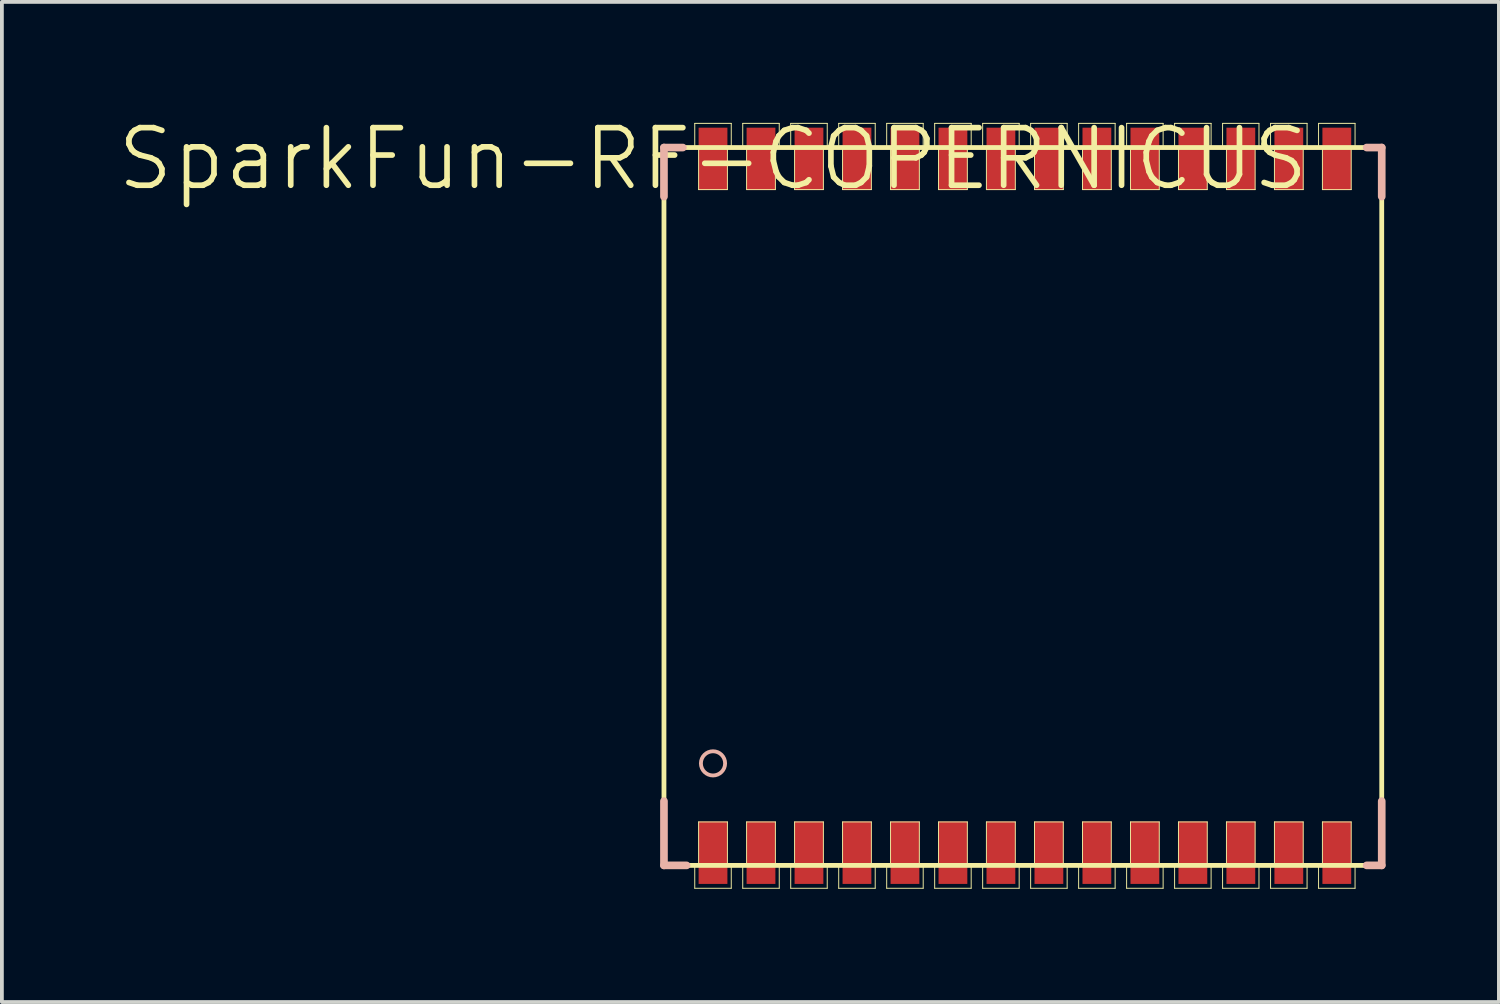
<source format=kicad_pcb>
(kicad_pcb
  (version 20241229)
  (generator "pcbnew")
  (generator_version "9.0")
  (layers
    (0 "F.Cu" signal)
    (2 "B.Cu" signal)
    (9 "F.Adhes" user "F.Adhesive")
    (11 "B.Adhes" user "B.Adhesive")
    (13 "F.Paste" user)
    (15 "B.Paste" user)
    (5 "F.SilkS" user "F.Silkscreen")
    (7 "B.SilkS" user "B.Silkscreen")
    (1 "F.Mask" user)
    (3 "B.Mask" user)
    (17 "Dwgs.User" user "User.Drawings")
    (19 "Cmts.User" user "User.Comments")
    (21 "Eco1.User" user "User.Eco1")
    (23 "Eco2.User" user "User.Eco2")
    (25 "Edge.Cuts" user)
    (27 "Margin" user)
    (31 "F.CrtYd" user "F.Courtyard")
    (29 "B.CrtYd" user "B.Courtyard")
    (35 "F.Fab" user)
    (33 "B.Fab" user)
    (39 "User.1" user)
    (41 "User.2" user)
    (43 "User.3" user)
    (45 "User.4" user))
  (footprint "SparkFun-RF-COPERNICUS"
    (layer "F.Cu")
    (at 15.821 1.155)
    (property "Reference" "SparkFun-RF-COPERNICUS" (at 0 0 0) (layer "F.SilkS") (effects (font (size 1.524 1.524) (thickness 0.15))))
    (attr smd)
    (fp_line (start -1.298 -0.3) (end -1.298 18.699) (stroke (width 0.127) (type solid)) (layer "F.SilkS"))
    (fp_line (start -1.298 -0.3) (end 17.699 -0.3) (stroke (width 0.127) (type solid)) (layer "F.SilkS"))
    (fp_line (start -1.298 18.699) (end 17.699 18.699) (stroke (width 0.127) (type solid)) (layer "F.SilkS"))
    (fp_line (start -0.483 -0.94) (end 0.483 -0.94) (stroke (width 0.025) (type solid)) (layer "F.SilkS"))
    (fp_line (start -0.483 -0.33) (end -0.483 -0.94) (stroke (width 0.025) (type solid)) (layer "F.SilkS"))
    (fp_line (start -0.483 18.694) (end -0.381 18.694) (stroke (width 0.025) (type solid)) (layer "F.SilkS"))
    (fp_line (start -0.483 19.304) (end -0.483 18.694) (stroke (width 0.025) (type solid)) (layer "F.SilkS"))
    (fp_line (start -0.381 -0.33) (end -0.483 -0.33) (stroke (width 0.025) (type solid)) (layer "F.SilkS"))
    (fp_line (start -0.381 0.813) (end -0.381 -0.33) (stroke (width 0.025) (type solid)) (layer "F.SilkS"))
    (fp_line (start -0.381 17.549) (end 0.381 17.549) (stroke (width 0.025) (type solid)) (layer "F.SilkS"))
    (fp_line (start -0.381 18.694) (end -0.381 17.549) (stroke (width 0.025) (type solid)) (layer "F.SilkS"))
    (fp_line (start 0.381 -0.33) (end 0.381 0.813) (stroke (width 0.025) (type solid)) (layer "F.SilkS"))
    (fp_line (start 0.381 0.813) (end -0.381 0.813) (stroke (width 0.025) (type solid)) (layer "F.SilkS"))
    (fp_line (start 0.381 17.549) (end 0.381 18.694) (stroke (width 0.025) (type solid)) (layer "F.SilkS"))
    (fp_line (start 0.381 18.694) (end 0.483 18.694) (stroke (width 0.025) (type solid)) (layer "F.SilkS"))
    (fp_line (start 0.483 -0.94) (end 0.483 -0.33) (stroke (width 0.025) (type solid)) (layer "F.SilkS"))
    (fp_line (start 0.483 -0.33) (end 0.381 -0.33) (stroke (width 0.025) (type solid)) (layer "F.SilkS"))
    (fp_line (start 0.483 18.694) (end 0.483 19.304) (stroke (width 0.025) (type solid)) (layer "F.SilkS"))
    (fp_line (start 0.483 19.304) (end -0.483 19.304) (stroke (width 0.025) (type solid)) (layer "F.SilkS"))
    (fp_line (start 0.787 -0.94) (end 1.753 -0.94) (stroke (width 0.025) (type solid)) (layer "F.SilkS"))
    (fp_line (start 0.787 -0.33) (end 0.787 -0.94) (stroke (width 0.025) (type solid)) (layer "F.SilkS"))
    (fp_line (start 0.787 18.694) (end 0.889 18.694) (stroke (width 0.025) (type solid)) (layer "F.SilkS"))
    (fp_line (start 0.787 19.304) (end 0.787 18.694) (stroke (width 0.025) (type solid)) (layer "F.SilkS"))
    (fp_line (start 0.889 -0.33) (end 0.787 -0.33) (stroke (width 0.025) (type solid)) (layer "F.SilkS"))
    (fp_line (start 0.889 0.813) (end 0.889 -0.33) (stroke (width 0.025) (type solid)) (layer "F.SilkS"))
    (fp_line (start 0.889 17.549) (end 1.651 17.549) (stroke (width 0.025) (type solid)) (layer "F.SilkS"))
    (fp_line (start 0.889 18.694) (end 0.889 17.549) (stroke (width 0.025) (type solid)) (layer "F.SilkS"))
    (fp_line (start 1.651 -0.33) (end 1.651 0.813) (stroke (width 0.025) (type solid)) (layer "F.SilkS"))
    (fp_line (start 1.651 0.813) (end 0.889 0.813) (stroke (width 0.025) (type solid)) (layer "F.SilkS"))
    (fp_line (start 1.651 17.549) (end 1.651 18.694) (stroke (width 0.025) (type solid)) (layer "F.SilkS"))
    (fp_line (start 1.651 18.694) (end 1.753 18.694) (stroke (width 0.025) (type solid)) (layer "F.SilkS"))
    (fp_line (start 1.753 -0.94) (end 1.753 -0.33) (stroke (width 0.025) (type solid)) (layer "F.SilkS"))
    (fp_line (start 1.753 -0.33) (end 1.651 -0.33) (stroke (width 0.025) (type solid)) (layer "F.SilkS"))
    (fp_line (start 1.753 18.694) (end 1.753 19.304) (stroke (width 0.025) (type solid)) (layer "F.SilkS"))
    (fp_line (start 1.753 19.304) (end 0.787 19.304) (stroke (width 0.025) (type solid)) (layer "F.SilkS"))
    (fp_line (start 2.057 -0.94) (end 3.023 -0.94) (stroke (width 0.025) (type solid)) (layer "F.SilkS"))
    (fp_line (start 2.057 -0.33) (end 2.057 -0.94) (stroke (width 0.025) (type solid)) (layer "F.SilkS"))
    (fp_line (start 2.057 18.694) (end 2.159 18.694) (stroke (width 0.025) (type solid)) (layer "F.SilkS"))
    (fp_line (start 2.057 19.304) (end 2.057 18.694) (stroke (width 0.025) (type solid)) (layer "F.SilkS"))
    (fp_line (start 2.159 -0.33) (end 2.057 -0.33) (stroke (width 0.025) (type solid)) (layer "F.SilkS"))
    (fp_line (start 2.159 0.813) (end 2.159 -0.33) (stroke (width 0.025) (type solid)) (layer "F.SilkS"))
    (fp_line (start 2.159 17.549) (end 2.921 17.549) (stroke (width 0.025) (type solid)) (layer "F.SilkS"))
    (fp_line (start 2.159 18.694) (end 2.159 17.549) (stroke (width 0.025) (type solid)) (layer "F.SilkS"))
    (fp_line (start 2.921 -0.33) (end 2.921 0.813) (stroke (width 0.025) (type solid)) (layer "F.SilkS"))
    (fp_line (start 2.921 0.813) (end 2.159 0.813) (stroke (width 0.025) (type solid)) (layer "F.SilkS"))
    (fp_line (start 2.921 17.549) (end 2.921 18.694) (stroke (width 0.025) (type solid)) (layer "F.SilkS"))
    (fp_line (start 2.921 18.694) (end 3.023 18.694) (stroke (width 0.025) (type solid)) (layer "F.SilkS"))
    (fp_line (start 3.023 -0.94) (end 3.023 -0.33) (stroke (width 0.025) (type solid)) (layer "F.SilkS"))
    (fp_line (start 3.023 -0.33) (end 2.921 -0.33) (stroke (width 0.025) (type solid)) (layer "F.SilkS"))
    (fp_line (start 3.023 18.694) (end 3.023 19.304) (stroke (width 0.025) (type solid)) (layer "F.SilkS"))
    (fp_line (start 3.023 19.304) (end 2.057 19.304) (stroke (width 0.025) (type solid)) (layer "F.SilkS"))
    (fp_line (start 3.327 -0.94) (end 4.293 -0.94) (stroke (width 0.025) (type solid)) (layer "F.SilkS"))
    (fp_line (start 3.327 -0.33) (end 3.327 -0.94) (stroke (width 0.025) (type solid)) (layer "F.SilkS"))
    (fp_line (start 3.327 18.694) (end 3.429 18.694) (stroke (width 0.025) (type solid)) (layer "F.SilkS"))
    (fp_line (start 3.327 19.304) (end 3.327 18.694) (stroke (width 0.025) (type solid)) (layer "F.SilkS"))
    (fp_line (start 3.429 -0.33) (end 3.327 -0.33) (stroke (width 0.025) (type solid)) (layer "F.SilkS"))
    (fp_line (start 3.429 0.813) (end 3.429 -0.33) (stroke (width 0.025) (type solid)) (layer "F.SilkS"))
    (fp_line (start 3.429 17.549) (end 4.191 17.549) (stroke (width 0.025) (type solid)) (layer "F.SilkS"))
    (fp_line (start 3.429 18.694) (end 3.429 17.549) (stroke (width 0.025) (type solid)) (layer "F.SilkS"))
    (fp_line (start 4.191 -0.33) (end 4.191 0.813) (stroke (width 0.025) (type solid)) (layer "F.SilkS"))
    (fp_line (start 4.191 0.813) (end 3.429 0.813) (stroke (width 0.025) (type solid)) (layer "F.SilkS"))
    (fp_line (start 4.191 17.549) (end 4.191 18.694) (stroke (width 0.025) (type solid)) (layer "F.SilkS"))
    (fp_line (start 4.191 18.694) (end 4.293 18.694) (stroke (width 0.025) (type solid)) (layer "F.SilkS"))
    (fp_line (start 4.293 -0.94) (end 4.293 -0.33) (stroke (width 0.025) (type solid)) (layer "F.SilkS"))
    (fp_line (start 4.293 -0.33) (end 4.191 -0.33) (stroke (width 0.025) (type solid)) (layer "F.SilkS"))
    (fp_line (start 4.293 18.694) (end 4.293 19.304) (stroke (width 0.025) (type solid)) (layer "F.SilkS"))
    (fp_line (start 4.293 19.304) (end 3.327 19.304) (stroke (width 0.025) (type solid)) (layer "F.SilkS"))
    (fp_line (start 4.597 -0.94) (end 5.563 -0.94) (stroke (width 0.025) (type solid)) (layer "F.SilkS"))
    (fp_line (start 4.597 -0.33) (end 4.597 -0.94) (stroke (width 0.025) (type solid)) (layer "F.SilkS"))
    (fp_line (start 4.597 18.694) (end 4.699 18.694) (stroke (width 0.025) (type solid)) (layer "F.SilkS"))
    (fp_line (start 4.597 19.304) (end 4.597 18.694) (stroke (width 0.025) (type solid)) (layer "F.SilkS"))
    (fp_line (start 4.699 -0.33) (end 4.597 -0.33) (stroke (width 0.025) (type solid)) (layer "F.SilkS"))
    (fp_line (start 4.699 0.813) (end 4.699 -0.33) (stroke (width 0.025) (type solid)) (layer "F.SilkS"))
    (fp_line (start 4.699 17.549) (end 5.461 17.549) (stroke (width 0.025) (type solid)) (layer "F.SilkS"))
    (fp_line (start 4.699 18.694) (end 4.699 17.549) (stroke (width 0.025) (type solid)) (layer "F.SilkS"))
    (fp_line (start 5.461 -0.33) (end 5.461 0.813) (stroke (width 0.025) (type solid)) (layer "F.SilkS"))
    (fp_line (start 5.461 0.813) (end 4.699 0.813) (stroke (width 0.025) (type solid)) (layer "F.SilkS"))
    (fp_line (start 5.461 17.549) (end 5.461 18.694) (stroke (width 0.025) (type solid)) (layer "F.SilkS"))
    (fp_line (start 5.461 18.694) (end 5.563 18.694) (stroke (width 0.025) (type solid)) (layer "F.SilkS"))
    (fp_line (start 5.563 -0.94) (end 5.563 -0.33) (stroke (width 0.025) (type solid)) (layer "F.SilkS"))
    (fp_line (start 5.563 -0.33) (end 5.461 -0.33) (stroke (width 0.025) (type solid)) (layer "F.SilkS"))
    (fp_line (start 5.563 18.694) (end 5.563 19.304) (stroke (width 0.025) (type solid)) (layer "F.SilkS"))
    (fp_line (start 5.563 19.304) (end 4.597 19.304) (stroke (width 0.025) (type solid)) (layer "F.SilkS"))
    (fp_line (start 5.867 -0.94) (end 6.833 -0.94) (stroke (width 0.025) (type solid)) (layer "F.SilkS"))
    (fp_line (start 5.867 -0.33) (end 5.867 -0.94) (stroke (width 0.025) (type solid)) (layer "F.SilkS"))
    (fp_line (start 5.867 18.694) (end 5.969 18.694) (stroke (width 0.025) (type solid)) (layer "F.SilkS"))
    (fp_line (start 5.867 19.304) (end 5.867 18.694) (stroke (width 0.025) (type solid)) (layer "F.SilkS"))
    (fp_line (start 5.969 -0.33) (end 5.867 -0.33) (stroke (width 0.025) (type solid)) (layer "F.SilkS"))
    (fp_line (start 5.969 0.813) (end 5.969 -0.33) (stroke (width 0.025) (type solid)) (layer "F.SilkS"))
    (fp_line (start 5.969 17.549) (end 6.731 17.549) (stroke (width 0.025) (type solid)) (layer "F.SilkS"))
    (fp_line (start 5.969 18.694) (end 5.969 17.549) (stroke (width 0.025) (type solid)) (layer "F.SilkS"))
    (fp_line (start 6.731 -0.33) (end 6.731 0.813) (stroke (width 0.025) (type solid)) (layer "F.SilkS"))
    (fp_line (start 6.731 0.813) (end 5.969 0.813) (stroke (width 0.025) (type solid)) (layer "F.SilkS"))
    (fp_line (start 6.731 17.549) (end 6.731 18.694) (stroke (width 0.025) (type solid)) (layer "F.SilkS"))
    (fp_line (start 6.731 18.694) (end 6.833 18.694) (stroke (width 0.025) (type solid)) (layer "F.SilkS"))
    (fp_line (start 6.833 -0.94) (end 6.833 -0.33) (stroke (width 0.025) (type solid)) (layer "F.SilkS"))
    (fp_line (start 6.833 -0.33) (end 6.731 -0.33) (stroke (width 0.025) (type solid)) (layer "F.SilkS"))
    (fp_line (start 6.833 18.694) (end 6.833 19.304) (stroke (width 0.025) (type solid)) (layer "F.SilkS"))
    (fp_line (start 6.833 19.304) (end 5.867 19.304) (stroke (width 0.025) (type solid)) (layer "F.SilkS"))
    (fp_line (start 7.137 -0.94) (end 8.103 -0.94) (stroke (width 0.025) (type solid)) (layer "F.SilkS"))
    (fp_line (start 7.137 -0.33) (end 7.137 -0.94) (stroke (width 0.025) (type solid)) (layer "F.SilkS"))
    (fp_line (start 7.137 18.694) (end 7.236 18.694) (stroke (width 0.025) (type solid)) (layer "F.SilkS"))
    (fp_line (start 7.137 19.304) (end 7.137 18.694) (stroke (width 0.025) (type solid)) (layer "F.SilkS"))
    (fp_line (start 7.236 -0.33) (end 7.137 -0.33) (stroke (width 0.025) (type solid)) (layer "F.SilkS"))
    (fp_line (start 7.236 0.813) (end 7.236 -0.33) (stroke (width 0.025) (type solid)) (layer "F.SilkS"))
    (fp_line (start 7.236 17.549) (end 8.001 17.549) (stroke (width 0.025) (type solid)) (layer "F.SilkS"))
    (fp_line (start 7.236 18.694) (end 7.236 17.549) (stroke (width 0.025) (type solid)) (layer "F.SilkS"))
    (fp_line (start 8.001 -0.33) (end 8.001 0.813) (stroke (width 0.025) (type solid)) (layer "F.SilkS"))
    (fp_line (start 8.001 0.813) (end 7.236 0.813) (stroke (width 0.025) (type solid)) (layer "F.SilkS"))
    (fp_line (start 8.001 17.549) (end 8.001 18.694) (stroke (width 0.025) (type solid)) (layer "F.SilkS"))
    (fp_line (start 8.001 18.694) (end 8.103 18.694) (stroke (width 0.025) (type solid)) (layer "F.SilkS"))
    (fp_line (start 8.103 -0.94) (end 8.103 -0.33) (stroke (width 0.025) (type solid)) (layer "F.SilkS"))
    (fp_line (start 8.103 -0.33) (end 8.001 -0.33) (stroke (width 0.025) (type solid)) (layer "F.SilkS"))
    (fp_line (start 8.103 18.694) (end 8.103 19.304) (stroke (width 0.025) (type solid)) (layer "F.SilkS"))
    (fp_line (start 8.103 19.304) (end 7.137 19.304) (stroke (width 0.025) (type solid)) (layer "F.SilkS"))
    (fp_line (start 8.407 -0.94) (end 9.373 -0.94) (stroke (width 0.025) (type solid)) (layer "F.SilkS"))
    (fp_line (start 8.407 -0.33) (end 8.407 -0.94) (stroke (width 0.025) (type solid)) (layer "F.SilkS"))
    (fp_line (start 8.407 18.694) (end 8.509 18.694) (stroke (width 0.025) (type solid)) (layer "F.SilkS"))
    (fp_line (start 8.407 19.304) (end 8.407 18.694) (stroke (width 0.025) (type solid)) (layer "F.SilkS"))
    (fp_line (start 8.509 -0.33) (end 8.407 -0.33) (stroke (width 0.025) (type solid)) (layer "F.SilkS"))
    (fp_line (start 8.509 0.813) (end 8.509 -0.33) (stroke (width 0.025) (type solid)) (layer "F.SilkS"))
    (fp_line (start 8.509 17.549) (end 9.271 17.549) (stroke (width 0.025) (type solid)) (layer "F.SilkS"))
    (fp_line (start 8.509 18.694) (end 8.509 17.549) (stroke (width 0.025) (type solid)) (layer "F.SilkS"))
    (fp_line (start 9.271 -0.33) (end 9.271 0.813) (stroke (width 0.025) (type solid)) (layer "F.SilkS"))
    (fp_line (start 9.271 0.813) (end 8.509 0.813) (stroke (width 0.025) (type solid)) (layer "F.SilkS"))
    (fp_line (start 9.271 17.549) (end 9.271 18.694) (stroke (width 0.025) (type solid)) (layer "F.SilkS"))
    (fp_line (start 9.271 18.694) (end 9.373 18.694) (stroke (width 0.025) (type solid)) (layer "F.SilkS"))
    (fp_line (start 9.373 -0.94) (end 9.373 -0.33) (stroke (width 0.025) (type solid)) (layer "F.SilkS"))
    (fp_line (start 9.373 -0.33) (end 9.271 -0.33) (stroke (width 0.025) (type solid)) (layer "F.SilkS"))
    (fp_line (start 9.373 18.694) (end 9.373 19.304) (stroke (width 0.025) (type solid)) (layer "F.SilkS"))
    (fp_line (start 9.373 19.304) (end 8.407 19.304) (stroke (width 0.025) (type solid)) (layer "F.SilkS"))
    (fp_line (start 9.677 -0.94) (end 10.643 -0.94) (stroke (width 0.025) (type solid)) (layer "F.SilkS"))
    (fp_line (start 9.677 -0.33) (end 9.677 -0.94) (stroke (width 0.025) (type solid)) (layer "F.SilkS"))
    (fp_line (start 9.677 18.694) (end 9.779 18.694) (stroke (width 0.025) (type solid)) (layer "F.SilkS"))
    (fp_line (start 9.677 19.304) (end 9.677 18.694) (stroke (width 0.025) (type solid)) (layer "F.SilkS"))
    (fp_line (start 9.779 -0.33) (end 9.677 -0.33) (stroke (width 0.025) (type solid)) (layer "F.SilkS"))
    (fp_line (start 9.779 0.813) (end 9.779 -0.33) (stroke (width 0.025) (type solid)) (layer "F.SilkS"))
    (fp_line (start 9.779 17.549) (end 10.541 17.549) (stroke (width 0.025) (type solid)) (layer "F.SilkS"))
    (fp_line (start 9.779 18.694) (end 9.779 17.549) (stroke (width 0.025) (type solid)) (layer "F.SilkS"))
    (fp_line (start 10.541 -0.33) (end 10.541 0.813) (stroke (width 0.025) (type solid)) (layer "F.SilkS"))
    (fp_line (start 10.541 0.813) (end 9.779 0.813) (stroke (width 0.025) (type solid)) (layer "F.SilkS"))
    (fp_line (start 10.541 17.549) (end 10.541 18.694) (stroke (width 0.025) (type solid)) (layer "F.SilkS"))
    (fp_line (start 10.541 18.694) (end 10.643 18.694) (stroke (width 0.025) (type solid)) (layer "F.SilkS"))
    (fp_line (start 10.643 -0.94) (end 10.643 -0.33) (stroke (width 0.025) (type solid)) (layer "F.SilkS"))
    (fp_line (start 10.643 -0.33) (end 10.541 -0.33) (stroke (width 0.025) (type solid)) (layer "F.SilkS"))
    (fp_line (start 10.643 18.694) (end 10.643 19.304) (stroke (width 0.025) (type solid)) (layer "F.SilkS"))
    (fp_line (start 10.643 19.304) (end 9.677 19.304) (stroke (width 0.025) (type solid)) (layer "F.SilkS"))
    (fp_line (start 10.947 -0.94) (end 11.913 -0.94) (stroke (width 0.025) (type solid)) (layer "F.SilkS"))
    (fp_line (start 10.947 -0.33) (end 10.947 -0.94) (stroke (width 0.025) (type solid)) (layer "F.SilkS"))
    (fp_line (start 10.947 18.694) (end 11.049 18.694) (stroke (width 0.025) (type solid)) (layer "F.SilkS"))
    (fp_line (start 10.947 19.304) (end 10.947 18.694) (stroke (width 0.025) (type solid)) (layer "F.SilkS"))
    (fp_line (start 11.049 -0.33) (end 10.947 -0.33) (stroke (width 0.025) (type solid)) (layer "F.SilkS"))
    (fp_line (start 11.049 0.813) (end 11.049 -0.33) (stroke (width 0.025) (type solid)) (layer "F.SilkS"))
    (fp_line (start 11.049 17.549) (end 11.811 17.549) (stroke (width 0.025) (type solid)) (layer "F.SilkS"))
    (fp_line (start 11.049 18.694) (end 11.049 17.549) (stroke (width 0.025) (type solid)) (layer "F.SilkS"))
    (fp_line (start 11.811 -0.33) (end 11.811 0.813) (stroke (width 0.025) (type solid)) (layer "F.SilkS"))
    (fp_line (start 11.811 0.813) (end 11.049 0.813) (stroke (width 0.025) (type solid)) (layer "F.SilkS"))
    (fp_line (start 11.811 17.549) (end 11.811 18.694) (stroke (width 0.025) (type solid)) (layer "F.SilkS"))
    (fp_line (start 11.811 18.694) (end 11.913 18.694) (stroke (width 0.025) (type solid)) (layer "F.SilkS"))
    (fp_line (start 11.913 -0.94) (end 11.913 -0.33) (stroke (width 0.025) (type solid)) (layer "F.SilkS"))
    (fp_line (start 11.913 -0.33) (end 11.811 -0.33) (stroke (width 0.025) (type solid)) (layer "F.SilkS"))
    (fp_line (start 11.913 18.694) (end 11.913 19.304) (stroke (width 0.025) (type solid)) (layer "F.SilkS"))
    (fp_line (start 11.913 19.304) (end 10.947 19.304) (stroke (width 0.025) (type solid)) (layer "F.SilkS"))
    (fp_line (start 12.217 -0.94) (end 13.183 -0.94) (stroke (width 0.025) (type solid)) (layer "F.SilkS"))
    (fp_line (start 12.217 -0.33) (end 12.217 -0.94) (stroke (width 0.025) (type solid)) (layer "F.SilkS"))
    (fp_line (start 12.217 18.694) (end 12.319 18.694) (stroke (width 0.025) (type solid)) (layer "F.SilkS"))
    (fp_line (start 12.217 19.304) (end 12.217 18.694) (stroke (width 0.025) (type solid)) (layer "F.SilkS"))
    (fp_line (start 12.319 -0.33) (end 12.217 -0.33) (stroke (width 0.025) (type solid)) (layer "F.SilkS"))
    (fp_line (start 12.319 0.813) (end 12.319 -0.33) (stroke (width 0.025) (type solid)) (layer "F.SilkS"))
    (fp_line (start 12.319 17.549) (end 13.081 17.549) (stroke (width 0.025) (type solid)) (layer "F.SilkS"))
    (fp_line (start 12.319 18.694) (end 12.319 17.549) (stroke (width 0.025) (type solid)) (layer "F.SilkS"))
    (fp_line (start 13.081 -0.33) (end 13.081 0.813) (stroke (width 0.025) (type solid)) (layer "F.SilkS"))
    (fp_line (start 13.081 0.813) (end 12.319 0.813) (stroke (width 0.025) (type solid)) (layer "F.SilkS"))
    (fp_line (start 13.081 17.549) (end 13.081 18.694) (stroke (width 0.025) (type solid)) (layer "F.SilkS"))
    (fp_line (start 13.081 18.694) (end 13.183 18.694) (stroke (width 0.025) (type solid)) (layer "F.SilkS"))
    (fp_line (start 13.183 -0.94) (end 13.183 -0.33) (stroke (width 0.025) (type solid)) (layer "F.SilkS"))
    (fp_line (start 13.183 -0.33) (end 13.081 -0.33) (stroke (width 0.025) (type solid)) (layer "F.SilkS"))
    (fp_line (start 13.183 18.694) (end 13.183 19.304) (stroke (width 0.025) (type solid)) (layer "F.SilkS"))
    (fp_line (start 13.183 19.304) (end 12.217 19.304) (stroke (width 0.025) (type solid)) (layer "F.SilkS"))
    (fp_line (start 13.487 -0.94) (end 14.45 -0.94) (stroke (width 0.025) (type solid)) (layer "F.SilkS"))
    (fp_line (start 13.487 -0.33) (end 13.487 -0.94) (stroke (width 0.025) (type solid)) (layer "F.SilkS"))
    (fp_line (start 13.487 18.694) (end 13.589 18.694) (stroke (width 0.025) (type solid)) (layer "F.SilkS"))
    (fp_line (start 13.487 19.304) (end 13.487 18.694) (stroke (width 0.025) (type solid)) (layer "F.SilkS"))
    (fp_line (start 13.589 -0.33) (end 13.487 -0.33) (stroke (width 0.025) (type solid)) (layer "F.SilkS"))
    (fp_line (start 13.589 0.813) (end 13.589 -0.33) (stroke (width 0.025) (type solid)) (layer "F.SilkS"))
    (fp_line (start 13.589 17.549) (end 14.348 17.549) (stroke (width 0.025) (type solid)) (layer "F.SilkS"))
    (fp_line (start 13.589 18.694) (end 13.589 17.549) (stroke (width 0.025) (type solid)) (layer "F.SilkS"))
    (fp_line (start 14.348 -0.33) (end 14.348 0.813) (stroke (width 0.025) (type solid)) (layer "F.SilkS"))
    (fp_line (start 14.348 0.813) (end 13.589 0.813) (stroke (width 0.025) (type solid)) (layer "F.SilkS"))
    (fp_line (start 14.348 17.549) (end 14.348 18.694) (stroke (width 0.025) (type solid)) (layer "F.SilkS"))
    (fp_line (start 14.348 18.694) (end 14.45 18.694) (stroke (width 0.025) (type solid)) (layer "F.SilkS"))
    (fp_line (start 14.45 -0.94) (end 14.45 -0.33) (stroke (width 0.025) (type solid)) (layer "F.SilkS"))
    (fp_line (start 14.45 -0.33) (end 14.348 -0.33) (stroke (width 0.025) (type solid)) (layer "F.SilkS"))
    (fp_line (start 14.45 18.694) (end 14.45 19.304) (stroke (width 0.025) (type solid)) (layer "F.SilkS"))
    (fp_line (start 14.45 19.304) (end 13.487 19.304) (stroke (width 0.025) (type solid)) (layer "F.SilkS"))
    (fp_line (start 14.757 -0.94) (end 15.723 -0.94) (stroke (width 0.025) (type solid)) (layer "F.SilkS"))
    (fp_line (start 14.757 -0.33) (end 14.757 -0.94) (stroke (width 0.025) (type solid)) (layer "F.SilkS"))
    (fp_line (start 14.757 18.694) (end 14.859 18.694) (stroke (width 0.025) (type solid)) (layer "F.SilkS"))
    (fp_line (start 14.757 19.304) (end 14.757 18.694) (stroke (width 0.025) (type solid)) (layer "F.SilkS"))
    (fp_line (start 14.859 -0.33) (end 14.757 -0.33) (stroke (width 0.025) (type solid)) (layer "F.SilkS"))
    (fp_line (start 14.859 0.813) (end 14.859 -0.33) (stroke (width 0.025) (type solid)) (layer "F.SilkS"))
    (fp_line (start 14.859 17.549) (end 15.621 17.549) (stroke (width 0.025) (type solid)) (layer "F.SilkS"))
    (fp_line (start 14.859 18.694) (end 14.859 17.549) (stroke (width 0.025) (type solid)) (layer "F.SilkS"))
    (fp_line (start 15.621 -0.33) (end 15.621 0.813) (stroke (width 0.025) (type solid)) (layer "F.SilkS"))
    (fp_line (start 15.621 0.813) (end 14.859 0.813) (stroke (width 0.025) (type solid)) (layer "F.SilkS"))
    (fp_line (start 15.621 17.549) (end 15.621 18.694) (stroke (width 0.025) (type solid)) (layer "F.SilkS"))
    (fp_line (start 15.621 18.694) (end 15.723 18.694) (stroke (width 0.025) (type solid)) (layer "F.SilkS"))
    (fp_line (start 15.723 -0.94) (end 15.723 -0.33) (stroke (width 0.025) (type solid)) (layer "F.SilkS"))
    (fp_line (start 15.723 -0.33) (end 15.621 -0.33) (stroke (width 0.025) (type solid)) (layer "F.SilkS"))
    (fp_line (start 15.723 18.694) (end 15.723 19.304) (stroke (width 0.025) (type solid)) (layer "F.SilkS"))
    (fp_line (start 15.723 19.304) (end 14.757 19.304) (stroke (width 0.025) (type solid)) (layer "F.SilkS"))
    (fp_line (start 16.027 -0.94) (end 16.993 -0.94) (stroke (width 0.025) (type solid)) (layer "F.SilkS"))
    (fp_line (start 16.027 -0.33) (end 16.027 -0.94) (stroke (width 0.025) (type solid)) (layer "F.SilkS"))
    (fp_line (start 16.027 18.694) (end 16.129 18.694) (stroke (width 0.025) (type solid)) (layer "F.SilkS"))
    (fp_line (start 16.027 19.304) (end 16.027 18.694) (stroke (width 0.025) (type solid)) (layer "F.SilkS"))
    (fp_line (start 16.129 -0.33) (end 16.027 -0.33) (stroke (width 0.025) (type solid)) (layer "F.SilkS"))
    (fp_line (start 16.129 0.813) (end 16.129 -0.33) (stroke (width 0.025) (type solid)) (layer "F.SilkS"))
    (fp_line (start 16.129 17.549) (end 16.891 17.549) (stroke (width 0.025) (type solid)) (layer "F.SilkS"))
    (fp_line (start 16.129 18.694) (end 16.129 17.549) (stroke (width 0.025) (type solid)) (layer "F.SilkS"))
    (fp_line (start 16.891 -0.33) (end 16.891 0.813) (stroke (width 0.025) (type solid)) (layer "F.SilkS"))
    (fp_line (start 16.891 0.813) (end 16.129 0.813) (stroke (width 0.025) (type solid)) (layer "F.SilkS"))
    (fp_line (start 16.891 17.549) (end 16.891 18.694) (stroke (width 0.025) (type solid)) (layer "F.SilkS"))
    (fp_line (start 16.891 18.694) (end 16.993 18.694) (stroke (width 0.025) (type solid)) (layer "F.SilkS"))
    (fp_line (start 16.993 -0.94) (end 16.993 -0.33) (stroke (width 0.025) (type solid)) (layer "F.SilkS"))
    (fp_line (start 16.993 -0.33) (end 16.891 -0.33) (stroke (width 0.025) (type solid)) (layer "F.SilkS"))
    (fp_line (start 16.993 18.694) (end 16.993 19.304) (stroke (width 0.025) (type solid)) (layer "F.SilkS"))
    (fp_line (start 16.993 19.304) (end 16.027 19.304) (stroke (width 0.025) (type solid)) (layer "F.SilkS"))
    (fp_line (start 17.699 -0.3) (end 17.699 18.699) (stroke (width 0.127) (type solid)) (layer "F.SilkS"))
    (fp_line (start -1.298 -0.3) (end -1.298 0.998) (stroke (width 0.203) (type solid)) (layer "B.SilkS"))
    (fp_line (start -1.298 16.998) (end -1.298 18.699) (stroke (width 0.203) (type solid)) (layer "B.SilkS"))
    (fp_line (start -1.298 18.699) (end -0.699 18.699) (stroke (width 0.203) (type solid)) (layer "B.SilkS"))
    (fp_line (start -0.798 -0.3) (end -1.298 -0.3) (stroke (width 0.203) (type solid)) (layer "B.SilkS"))
    (fp_line (start 17.3 18.699) (end 17.699 18.699) (stroke (width 0.203) (type solid)) (layer "B.SilkS"))
    (fp_line (start 17.699 -0.3) (end 17.3 -0.3) (stroke (width 0.203) (type solid)) (layer "B.SilkS"))
    (fp_line (start 17.699 0.998) (end 17.699 -0.3) (stroke (width 0.203) (type solid)) (layer "B.SilkS"))
    (fp_line (start 17.699 18.699) (end 17.699 16.998) (stroke (width 0.203) (type solid)) (layer "B.SilkS"))
    (fp_circle (center 0 15.999) (end -0.226 16.226) (stroke (width 0.102) (type solid)) (fill no) (layer "B.SilkS"))
    (pad "1" smd rect (at 0 18.364 180) (size 0.762 1.651) (layers "F.Cu" "F.Mask" "F.Paste"))
    (pad "2" smd rect (at 1.27 18.364 180) (size 0.762 1.651) (layers "F.Cu" "F.Mask" "F.Paste"))
    (pad "3" smd rect (at 2.54 18.364 180) (size 0.762 1.651) (layers "F.Cu" "F.Mask" "F.Paste"))
    (pad "4" smd rect (at 3.81 18.364 180) (size 0.762 1.651) (layers "F.Cu" "F.Mask" "F.Paste"))
    (pad "5" smd rect (at 5.08 18.364 180) (size 0.762 1.651) (layers "F.Cu" "F.Mask" "F.Paste"))
    (pad "6" smd rect (at 6.35 18.364 180) (size 0.762 1.651) (layers "F.Cu" "F.Mask" "F.Paste"))
    (pad "7" smd rect (at 7.62 18.364 180) (size 0.762 1.651) (layers "F.Cu" "F.Mask" "F.Paste"))
    (pad "8" smd rect (at 8.89 18.364 180) (size 0.762 1.651) (layers "F.Cu" "F.Mask" "F.Paste"))
    (pad "9" smd rect (at 10.16 18.364 180) (size 0.762 1.651) (layers "F.Cu" "F.Mask" "F.Paste"))
    (pad "10" smd rect (at 11.43 18.364 180) (size 0.762 1.651) (layers "F.Cu" "F.Mask" "F.Paste"))
    (pad "11" smd rect (at 12.7 18.364 180) (size 0.762 1.651) (layers "F.Cu" "F.Mask" "F.Paste"))
    (pad "12" smd rect (at 13.97 18.364 180) (size 0.762 1.651) (layers "F.Cu" "F.Mask" "F.Paste"))
    (pad "13" smd rect (at 15.24 18.364 180) (size 0.762 1.651) (layers "F.Cu" "F.Mask" "F.Paste"))
    (pad "14" smd rect (at 16.51 18.364 180) (size 0.762 1.651) (layers "F.Cu" "F.Mask" "F.Paste"))
    (pad "15" smd rect (at 16.51 0 180) (size 0.762 1.651) (layers "F.Cu" "F.Mask" "F.Paste"))
    (pad "16" smd rect (at 15.24 0 180) (size 0.762 1.651) (layers "F.Cu" "F.Mask" "F.Paste"))
    (pad "17" smd rect (at 13.97 0 180) (size 0.762 1.651) (layers "F.Cu" "F.Mask" "F.Paste"))
    (pad "18" smd rect (at 12.7 0 180) (size 0.762 1.651) (layers "F.Cu" "F.Mask" "F.Paste"))
    (pad "19" smd rect (at 11.43 0 180) (size 0.762 1.651) (layers "F.Cu" "F.Mask" "F.Paste"))
    (pad "20" smd rect (at 10.16 0 180) (size 0.762 1.651) (layers "F.Cu" "F.Mask" "F.Paste"))
    (pad "21" smd rect (at 8.89 0 180) (size 0.762 1.651) (layers "F.Cu" "F.Mask" "F.Paste"))
    (pad "22" smd rect (at 7.62 0 180) (size 0.762 1.651) (layers "F.Cu" "F.Mask" "F.Paste"))
    (pad "23" smd rect (at 6.35 0 180) (size 0.762 1.651) (layers "F.Cu" "F.Mask" "F.Paste"))
    (pad "24" smd rect (at 5.08 0 180) (size 0.762 1.651) (layers "F.Cu" "F.Mask" "F.Paste"))
    (pad "25" smd rect (at 3.81 0 180) (size 0.762 1.651) (layers "F.Cu" "F.Mask" "F.Paste"))
    (pad "26" smd rect (at 2.54 0 180) (size 0.762 1.651) (layers "F.Cu" "F.Mask" "F.Paste"))
    (pad "27" smd rect (at 1.27 0 180) (size 0.762 1.651) (layers "F.Cu" "F.Mask" "F.Paste"))
    (pad "28" smd rect (at 0 0 180) (size 0.762 1.651) (layers "F.Cu" "F.Mask" "F.Paste")))
  (gr_rect
    (start -3 -3)
    (end 36.621 23.471)
    (stroke (width 0.1) (type default))
    (fill no)
    (layer "Edge.Cuts")))
</source>
